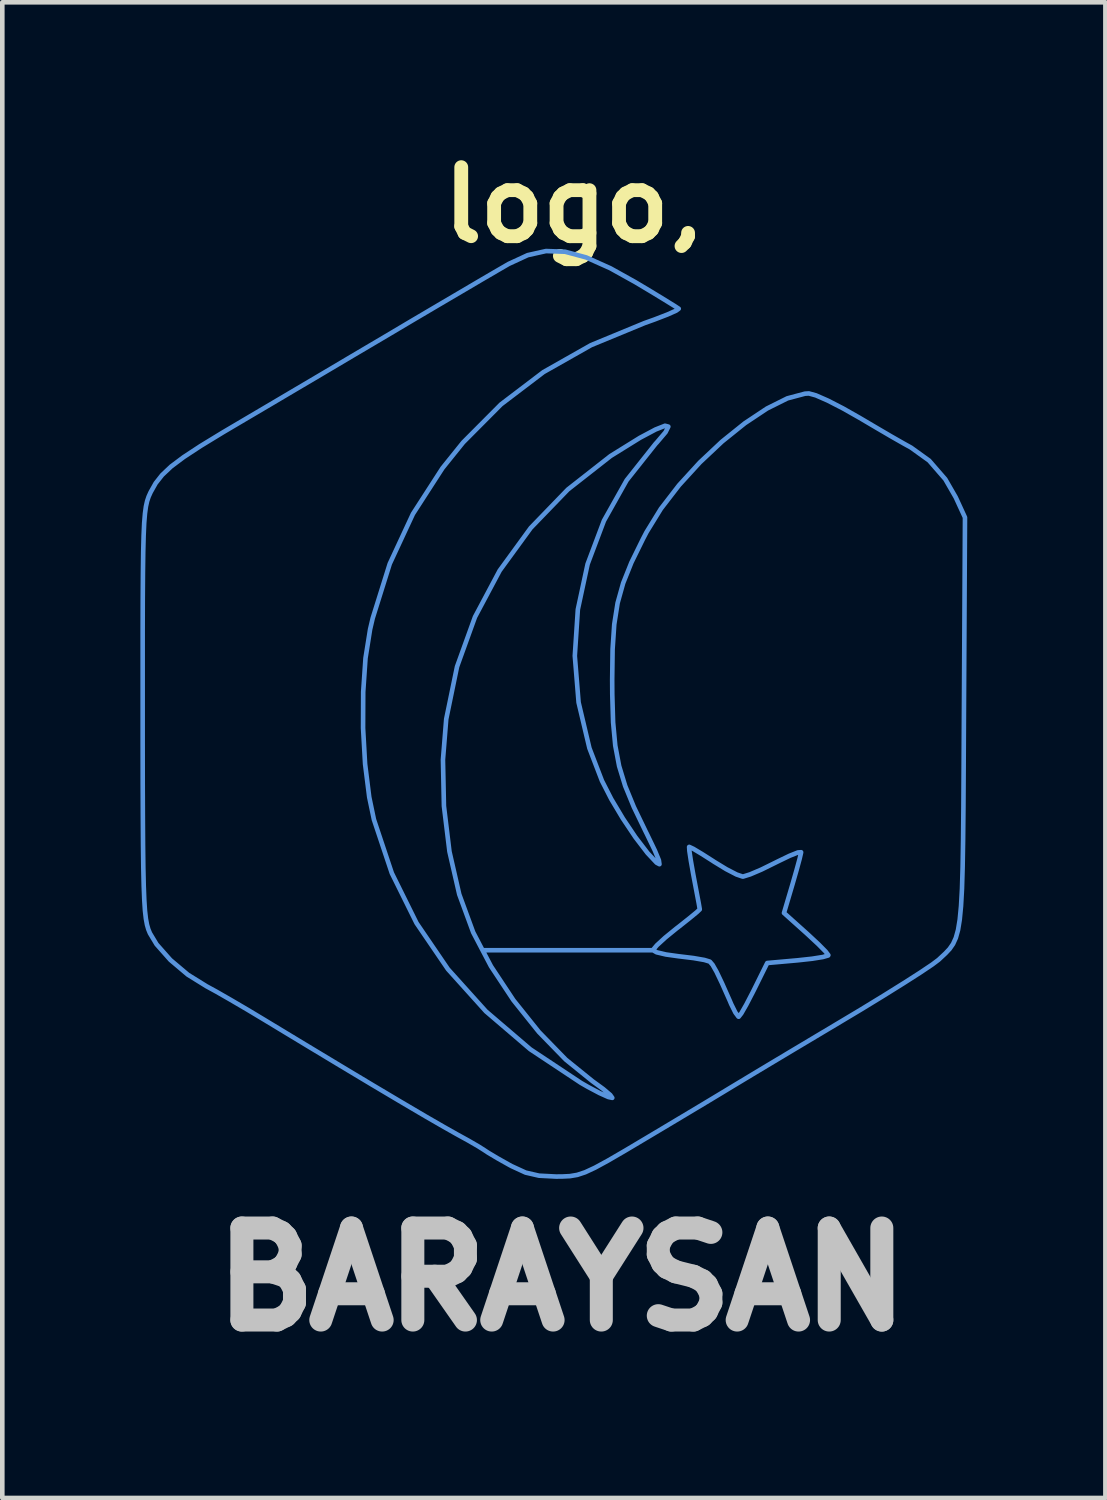
<source format=kicad_pcb>
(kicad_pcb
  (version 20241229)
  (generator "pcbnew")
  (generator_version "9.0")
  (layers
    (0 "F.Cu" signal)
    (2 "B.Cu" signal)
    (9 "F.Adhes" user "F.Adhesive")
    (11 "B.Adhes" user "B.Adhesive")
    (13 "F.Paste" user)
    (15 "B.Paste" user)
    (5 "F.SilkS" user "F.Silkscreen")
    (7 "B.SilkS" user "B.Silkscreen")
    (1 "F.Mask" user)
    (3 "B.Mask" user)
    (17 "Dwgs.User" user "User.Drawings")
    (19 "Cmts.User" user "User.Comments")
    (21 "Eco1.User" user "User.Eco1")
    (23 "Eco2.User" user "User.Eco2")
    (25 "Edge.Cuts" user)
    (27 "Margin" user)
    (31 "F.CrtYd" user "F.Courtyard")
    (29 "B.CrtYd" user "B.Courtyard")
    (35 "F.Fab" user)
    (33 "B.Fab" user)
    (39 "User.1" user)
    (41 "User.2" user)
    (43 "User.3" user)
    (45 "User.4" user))
  (footprint "logo,"
    (layer "F.Cu")
    (at 9.401 1.404)
    (property "Reference" "logo," (at 0 0 0) (layer "F.SilkS") (effects (font (size 1.5 1.5) (thickness 0.3))))
    (attr board_only exclude_from_pos_files exclude_from_bom)
    (fp_poly (pts (xy -0.172 1.016) (xy 0.285 1.139) (xy 0.812 1.375) (xy 1.356 1.678) (xy 1.704 1.886) (xy 1.996 2.064) (xy 2.203 2.192) (xy 2.296 2.253) (xy 2.297 2.254) (xy 2.24 2.296) (xy 2.054 2.379) (xy 1.772 2.488) (xy 1.554 2.566) (xy 0.393 3.045) (xy -0.642 3.631) (xy -1.564 4.332) (xy -2.387 5.159) (xy -2.836 5.717) (xy -3.478 6.712) (xy -3.982 7.796) (xy -4.352 8.977) (xy -4.409 9.219) (xy -4.509 9.847) (xy -4.559 10.581) (xy -4.562 11.366) (xy -4.518 12.147) (xy -4.428 12.867) (xy -4.326 13.354) (xy -3.937 14.519) (xy -3.4 15.604) (xy -2.717 16.606) (xy -1.892 17.522) (xy -0.928 18.346) (xy 0.171 19.075) (xy 0.324 19.163) (xy 0.577 19.297) (xy 0.768 19.383) (xy 0.853 19.401) (xy 0.809 19.338) (xy 0.657 19.209) (xy 0.429 19.043) (xy 0.428 19.043) (xy -0.158 18.569) (xy -0.742 17.969) (xy -1.294 17.28) (xy -1.782 16.543) (xy -1.966 16.193) (xy 1.738 16.193) (xy 1.816 16.238) (xy 2.019 16.286) (xy 2.304 16.326) (xy 2.316 16.327) (xy 2.619 16.364) (xy 2.855 16.405) (xy 2.973 16.441) (xy 3.033 16.511) (xy 3.117 16.659) (xy 3.237 16.91) (xy 3.406 17.29) (xy 3.438 17.366) (xy 3.528 17.547) (xy 3.594 17.636) (xy 3.6 17.638) (xy 3.656 17.567) (xy 3.763 17.38) (xy 3.901 17.114) (xy 3.932 17.053) (xy 4.22 16.471) (xy 4.884 16.412) (xy 5.195 16.378) (xy 5.428 16.341) (xy 5.543 16.308) (xy 5.548 16.3) (xy 5.49 16.223) (xy 5.334 16.065) (xy 5.113 15.859) (xy 5.066 15.816) (xy 4.584 15.384) (xy 4.77 14.756) (xy 4.858 14.449) (xy 4.924 14.207) (xy 4.955 14.073) (xy 4.956 14.064) (xy 4.887 14.069) (xy 4.706 14.141) (xy 4.449 14.265) (xy 4.387 14.296) (xy 4.095 14.44) (xy 3.849 14.545) (xy 3.698 14.592) (xy 3.687 14.593) (xy 3.554 14.548) (xy 3.33 14.432) (xy 3.061 14.268) (xy 3.05 14.26) (xy 2.8 14.101) (xy 2.613 13.989) (xy 2.525 13.948) (xy 2.523 13.949) (xy 2.528 14.035) (xy 2.56 14.247) (xy 2.612 14.542) (xy 2.628 14.627) (xy 2.687 14.938) (xy 2.732 15.175) (xy 2.753 15.298) (xy 2.754 15.306) (xy 2.693 15.364) (xy 2.529 15.499) (xy 2.297 15.683) (xy 2.246 15.722) (xy 2.003 15.92) (xy 1.823 16.085) (xy 1.74 16.184) (xy 1.738 16.193) (xy -1.966 16.193) (xy -2.169 15.805) (xy -2.472 14.979) (xy -2.685 14.049) (xy -2.805 13.06) (xy -2.826 12.054) (xy -2.755 11.171) (xy -2.52 10.032) (xy -2.13 8.952) (xy -1.593 7.943) (xy -0.918 7.016) (xy -0.112 6.182) (xy 0.817 5.454) (xy 1.454 5.059) (xy 1.794 4.878) (xy 1.999 4.797) (xy 2.071 4.816) (xy 2.011 4.937) (xy 1.822 5.159) (xy 1.794 5.189) (xy 1.165 5.982) (xy 0.672 6.86) (xy 0.317 7.803) (xy 0.105 8.789) (xy 0.039 9.798) (xy 0.121 10.809) (xy 0.356 11.802) (xy 0.629 12.513) (xy 0.831 12.908) (xy 1.084 13.332) (xy 1.357 13.739) (xy 1.619 14.081) (xy 1.817 14.292) (xy 1.878 14.324) (xy 1.866 14.239) (xy 1.779 14.028) (xy 1.612 13.681) (xy 1.579 13.615) (xy 1.322 13.082) (xy 1.133 12.622) (xy 1.002 12.192) (xy 0.918 11.747) (xy 0.871 11.242) (xy 0.853 10.632) (xy 0.851 10.317) (xy 0.86 9.653) (xy 0.896 9.112) (xy 0.969 8.648) (xy 1.09 8.215) (xy 1.27 7.766) (xy 1.52 7.257) (xy 1.597 7.109) (xy 1.91 6.6) (xy 2.304 6.089) (xy 2.755 5.595) (xy 3.239 5.14) (xy 3.733 4.743) (xy 4.214 4.423) (xy 4.657 4.202) (xy 5.04 4.1) (xy 5.125 4.095) (xy 5.278 4.137) (xy 5.538 4.251) (xy 5.868 4.421) (xy 6.226 4.624) (xy 6.594 4.841) (xy 6.929 5.037) (xy 7.194 5.188) (xy 7.344 5.271) (xy 7.738 5.554) (xy 8.089 5.958) (xy 8.316 6.352) (xy 8.517 6.789) (xy 8.493 11.22) (xy 8.488 12.228) (xy 8.483 13.081) (xy 8.476 13.794) (xy 8.466 14.381) (xy 8.452 14.855) (xy 8.431 15.233) (xy 8.403 15.527) (xy 8.366 15.753) (xy 8.318 15.925) (xy 8.258 16.057) (xy 8.184 16.164) (xy 8.095 16.259) (xy 7.989 16.358) (xy 7.943 16.401) (xy 7.807 16.503) (xy 7.548 16.677) (xy 7.187 16.908) (xy 6.748 17.182) (xy 6.252 17.485) (xy 5.802 17.754) (xy 5.264 18.075) (xy 4.751 18.381) (xy 4.288 18.658) (xy 3.901 18.89) (xy 3.614 19.063) (xy 3.474 19.147) (xy 3.266 19.273) (xy 2.944 19.467) (xy 2.54 19.709) (xy 2.085 19.981) (xy 1.619 20.259) (xy 1.128 20.551) (xy 0.756 20.767) (xy 0.477 20.919) (xy 0.264 21.018) (xy 0.092 21.075) (xy -0.067 21.102) (xy -0.238 21.11) (xy -0.371 21.111) (xy -0.739 21.092) (xy -1.03 21.025) (xy -1.334 20.885) (xy -1.384 20.858) (xy -1.642 20.713) (xy -1.845 20.592) (xy -1.934 20.533) (xy -2.054 20.457) (xy -2.275 20.329) (xy -2.531 20.188) (xy -2.804 20.034) (xy -3.208 19.801) (xy -3.726 19.496) (xy -4.344 19.129) (xy -5.048 18.707) (xy -5.823 18.24) (xy -6.655 17.737) (xy -6.686 17.718) (xy -7.074 17.485) (xy -7.443 17.269) (xy -7.75 17.093) (xy -7.955 16.981) (xy -7.956 16.981) (xy -8.369 16.725) (xy -8.748 16.405) (xy -9.049 16.065) (xy -9.193 15.825) (xy -9.228 15.74) (xy -9.257 15.639) (xy -9.281 15.509) (xy -9.301 15.334) (xy -9.316 15.101) (xy -9.328 14.794) (xy -9.337 14.4) (xy -9.343 13.902) (xy -9.347 13.288) (xy -9.35 12.543) (xy -9.351 11.651) (xy -9.351 11.042) (xy -9.351 10.061) (xy -9.351 9.235) (xy -9.349 8.548) (xy -9.345 7.987) (xy -9.339 7.537) (xy -9.33 7.183) (xy -9.318 6.91) (xy -9.301 6.704) (xy -9.28 6.55) (xy -9.254 6.434) (xy -9.223 6.341) (xy -9.185 6.256) (xy -9.177 6.239) (xy -9.068 6.045) (xy -8.927 5.866) (xy -8.732 5.682) (xy -8.461 5.479) (xy -8.094 5.238) (xy -7.607 4.941) (xy -7.363 4.797) (xy -7.024 4.597) (xy -6.569 4.329) (xy -6.026 4.008) (xy -5.426 3.654) (xy -4.798 3.282) (xy -4.171 2.912) (xy -4.061 2.847) (xy -3.479 2.502) (xy -2.926 2.176) (xy -2.424 1.881) (xy -1.996 1.629) (xy -1.662 1.434) (xy -1.443 1.307) (xy -1.394 1.279) (xy -0.985 1.09) (xy -0.587 1.001)) (stroke (width 0.1) (type solid)) (fill no) (layer "Cmts.User"))
    (fp_text user "BARAYSAN" (at -8 24.5 0) (unlocked yes) (layer "Dwgs.User") (effects (font (size 2 2) (thickness 0.5) (bold yes)) (justify left bottom))))
  (gr_rect
    (start -3 -3)
    (end 20.969 29.499)
    (stroke (width 0.1) (type default))
    (fill no)
    (layer "Edge.Cuts")))
</source>
